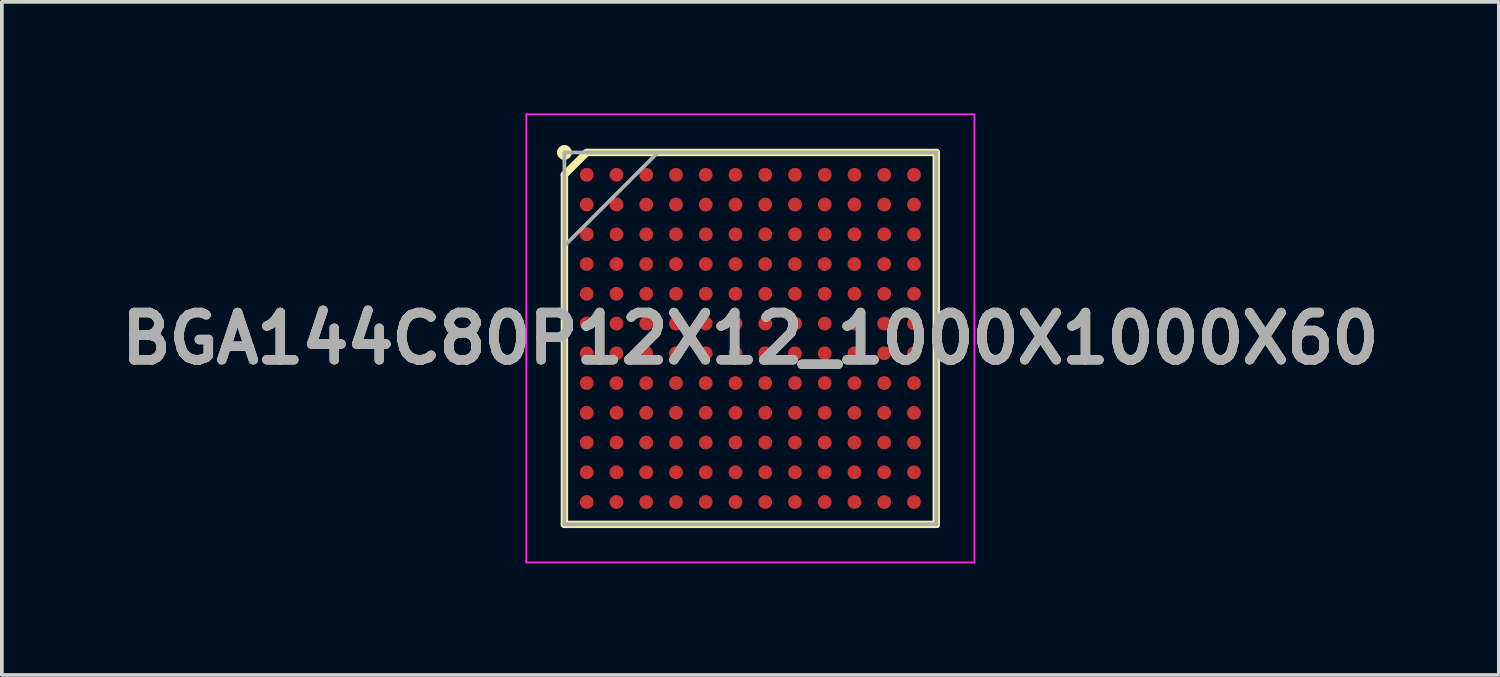
<source format=kicad_pcb>
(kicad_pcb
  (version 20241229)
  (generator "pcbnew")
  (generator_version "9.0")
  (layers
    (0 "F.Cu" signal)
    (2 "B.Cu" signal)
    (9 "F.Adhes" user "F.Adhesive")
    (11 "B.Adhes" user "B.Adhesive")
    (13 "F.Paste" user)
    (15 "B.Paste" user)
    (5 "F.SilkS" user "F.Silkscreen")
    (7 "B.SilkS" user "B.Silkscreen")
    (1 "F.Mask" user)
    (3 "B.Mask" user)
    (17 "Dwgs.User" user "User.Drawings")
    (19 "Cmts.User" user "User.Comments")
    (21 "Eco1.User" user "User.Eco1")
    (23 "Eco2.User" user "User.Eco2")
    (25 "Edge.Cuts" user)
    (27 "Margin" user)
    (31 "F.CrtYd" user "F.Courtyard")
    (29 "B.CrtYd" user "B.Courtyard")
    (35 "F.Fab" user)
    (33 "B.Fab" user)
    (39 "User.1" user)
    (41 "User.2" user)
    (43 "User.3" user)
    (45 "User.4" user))
  (footprint "BGA144C80P12X12_1000X1000X60"
    (layer "F.Cu")
    (at 17.127 6.05)
    (property "Reference" "BGA144C80P12X12_1000X1000X60" (at 0 0 0) (layer "F.SilkS") (effects (font (size 1.27 1.27) (thickness 0.254))))
    (attr smd)
    (fp_line (start -5 -4.4) (end -4.4 -5) (stroke (width 0.2) (type solid)) (layer "F.SilkS"))
    (fp_line (start -5 5) (end -5 -4.4) (stroke (width 0.2) (type solid)) (layer "F.SilkS"))
    (fp_line (start -4.4 -5) (end 5 -5) (stroke (width 0.2) (type solid)) (layer "F.SilkS"))
    (fp_line (start 5 -5) (end 5 5) (stroke (width 0.2) (type solid)) (layer "F.SilkS"))
    (fp_line (start 5 5) (end -5 5) (stroke (width 0.2) (type solid)) (layer "F.SilkS"))
    (fp_circle (center -5 -5) (end -5 -4.9) (stroke (width 0.2) (type solid)) (fill no) (layer "F.SilkS"))
    (fp_line (start -6.025 -6.025) (end 6.025 -6.025) (stroke (width 0.05) (type solid)) (layer "F.CrtYd"))
    (fp_line (start -6.025 6.025) (end -6.025 -6.025) (stroke (width 0.05) (type solid)) (layer "F.CrtYd"))
    (fp_line (start 6.025 -6.025) (end 6.025 6.025) (stroke (width 0.05) (type solid)) (layer "F.CrtYd"))
    (fp_line (start 6.025 6.025) (end -6.025 6.025) (stroke (width 0.05) (type solid)) (layer "F.CrtYd"))
    (fp_line (start -5 -5) (end 5 -5) (stroke (width 0.1) (type solid)) (layer "F.Fab"))
    (fp_line (start -5 -2.488) (end -2.488 -5) (stroke (width 0.1) (type solid)) (layer "F.Fab"))
    (fp_line (start -5 5) (end -5 -5) (stroke (width 0.1) (type solid)) (layer "F.Fab"))
    (fp_line (start 5 -5) (end 5 5) (stroke (width 0.1) (type solid)) (layer "F.Fab"))
    (fp_line (start 5 5) (end -5 5) (stroke (width 0.1) (type solid)) (layer "F.Fab"))
    (fp_text user "${REFERENCE}" (at 0 0 0) (layer "F.Fab") (effects (font (size 1.27 1.27) (thickness 0.254))))
    (pad "A1" smd circle (at -4.4 -4.4 90) (size 0.37 0.37) (layers "F.Cu" "F.Mask" "F.Paste"))
    (pad "A2" smd circle (at -3.6 -4.4 90) (size 0.37 0.37) (layers "F.Cu" "F.Mask" "F.Paste"))
    (pad "A3" smd circle (at -2.8 -4.4 90) (size 0.37 0.37) (layers "F.Cu" "F.Mask" "F.Paste"))
    (pad "A4" smd circle (at -2 -4.4 90) (size 0.37 0.37) (layers "F.Cu" "F.Mask" "F.Paste"))
    (pad "A5" smd circle (at -1.2 -4.4 90) (size 0.37 0.37) (layers "F.Cu" "F.Mask" "F.Paste"))
    (pad "A6" smd circle (at -0.4 -4.4 90) (size 0.37 0.37) (layers "F.Cu" "F.Mask" "F.Paste"))
    (pad "A7" smd circle (at 0.4 -4.4 90) (size 0.37 0.37) (layers "F.Cu" "F.Mask" "F.Paste"))
    (pad "A8" smd circle (at 1.2 -4.4 90) (size 0.37 0.37) (layers "F.Cu" "F.Mask" "F.Paste"))
    (pad "A9" smd circle (at 2 -4.4 90) (size 0.37 0.37) (layers "F.Cu" "F.Mask" "F.Paste"))
    (pad "A10" smd circle (at 2.8 -4.4 90) (size 0.37 0.37) (layers "F.Cu" "F.Mask" "F.Paste"))
    (pad "A11" smd circle (at 3.6 -4.4 90) (size 0.37 0.37) (layers "F.Cu" "F.Mask" "F.Paste"))
    (pad "A12" smd circle (at 4.4 -4.4 90) (size 0.37 0.37) (layers "F.Cu" "F.Mask" "F.Paste"))
    (pad "B1" smd circle (at -4.4 -3.6 90) (size 0.37 0.37) (layers "F.Cu" "F.Mask" "F.Paste"))
    (pad "B2" smd circle (at -3.6 -3.6 90) (size 0.37 0.37) (layers "F.Cu" "F.Mask" "F.Paste"))
    (pad "B3" smd circle (at -2.8 -3.6 90) (size 0.37 0.37) (layers "F.Cu" "F.Mask" "F.Paste"))
    (pad "B4" smd circle (at -2 -3.6 90) (size 0.37 0.37) (layers "F.Cu" "F.Mask" "F.Paste"))
    (pad "B5" smd circle (at -1.2 -3.6 90) (size 0.37 0.37) (layers "F.Cu" "F.Mask" "F.Paste"))
    (pad "B6" smd circle (at -0.4 -3.6 90) (size 0.37 0.37) (layers "F.Cu" "F.Mask" "F.Paste"))
    (pad "B7" smd circle (at 0.4 -3.6 90) (size 0.37 0.37) (layers "F.Cu" "F.Mask" "F.Paste"))
    (pad "B8" smd circle (at 1.2 -3.6 90) (size 0.37 0.37) (layers "F.Cu" "F.Mask" "F.Paste"))
    (pad "B9" smd circle (at 2 -3.6 90) (size 0.37 0.37) (layers "F.Cu" "F.Mask" "F.Paste"))
    (pad "B10" smd circle (at 2.8 -3.6 90) (size 0.37 0.37) (layers "F.Cu" "F.Mask" "F.Paste"))
    (pad "B11" smd circle (at 3.6 -3.6 90) (size 0.37 0.37) (layers "F.Cu" "F.Mask" "F.Paste"))
    (pad "B12" smd circle (at 4.4 -3.6 90) (size 0.37 0.37) (layers "F.Cu" "F.Mask" "F.Paste"))
    (pad "C1" smd circle (at -4.4 -2.8 90) (size 0.37 0.37) (layers "F.Cu" "F.Mask" "F.Paste"))
    (pad "C2" smd circle (at -3.6 -2.8 90) (size 0.37 0.37) (layers "F.Cu" "F.Mask" "F.Paste"))
    (pad "C3" smd circle (at -2.8 -2.8 90) (size 0.37 0.37) (layers "F.Cu" "F.Mask" "F.Paste"))
    (pad "C4" smd circle (at -2 -2.8 90) (size 0.37 0.37) (layers "F.Cu" "F.Mask" "F.Paste"))
    (pad "C5" smd circle (at -1.2 -2.8 90) (size 0.37 0.37) (layers "F.Cu" "F.Mask" "F.Paste"))
    (pad "C6" smd circle (at -0.4 -2.8 90) (size 0.37 0.37) (layers "F.Cu" "F.Mask" "F.Paste"))
    (pad "C7" smd circle (at 0.4 -2.8 90) (size 0.37 0.37) (layers "F.Cu" "F.Mask" "F.Paste"))
    (pad "C8" smd circle (at 1.2 -2.8 90) (size 0.37 0.37) (layers "F.Cu" "F.Mask" "F.Paste"))
    (pad "C9" smd circle (at 2 -2.8 90) (size 0.37 0.37) (layers "F.Cu" "F.Mask" "F.Paste"))
    (pad "C10" smd circle (at 2.8 -2.8 90) (size 0.37 0.37) (layers "F.Cu" "F.Mask" "F.Paste"))
    (pad "C11" smd circle (at 3.6 -2.8 90) (size 0.37 0.37) (layers "F.Cu" "F.Mask" "F.Paste"))
    (pad "C12" smd circle (at 4.4 -2.8 90) (size 0.37 0.37) (layers "F.Cu" "F.Mask" "F.Paste"))
    (pad "D1" smd circle (at -4.4 -2 90) (size 0.37 0.37) (layers "F.Cu" "F.Mask" "F.Paste"))
    (pad "D2" smd circle (at -3.6 -2 90) (size 0.37 0.37) (layers "F.Cu" "F.Mask" "F.Paste"))
    (pad "D3" smd circle (at -2.8 -2 90) (size 0.37 0.37) (layers "F.Cu" "F.Mask" "F.Paste"))
    (pad "D4" smd circle (at -2 -2 90) (size 0.37 0.37) (layers "F.Cu" "F.Mask" "F.Paste"))
    (pad "D5" smd circle (at -1.2 -2 90) (size 0.37 0.37) (layers "F.Cu" "F.Mask" "F.Paste"))
    (pad "D6" smd circle (at -0.4 -2 90) (size 0.37 0.37) (layers "F.Cu" "F.Mask" "F.Paste"))
    (pad "D7" smd circle (at 0.4 -2 90) (size 0.37 0.37) (layers "F.Cu" "F.Mask" "F.Paste"))
    (pad "D8" smd circle (at 1.2 -2 90) (size 0.37 0.37) (layers "F.Cu" "F.Mask" "F.Paste"))
    (pad "D9" smd circle (at 2 -2 90) (size 0.37 0.37) (layers "F.Cu" "F.Mask" "F.Paste"))
    (pad "D10" smd circle (at 2.8 -2 90) (size 0.37 0.37) (layers "F.Cu" "F.Mask" "F.Paste"))
    (pad "D11" smd circle (at 3.6 -2 90) (size 0.37 0.37) (layers "F.Cu" "F.Mask" "F.Paste"))
    (pad "D12" smd circle (at 4.4 -2 90) (size 0.37 0.37) (layers "F.Cu" "F.Mask" "F.Paste"))
    (pad "E1" smd circle (at -4.4 -1.2 90) (size 0.37 0.37) (layers "F.Cu" "F.Mask" "F.Paste"))
    (pad "E2" smd circle (at -3.6 -1.2 90) (size 0.37 0.37) (layers "F.Cu" "F.Mask" "F.Paste"))
    (pad "E3" smd circle (at -2.8 -1.2 90) (size 0.37 0.37) (layers "F.Cu" "F.Mask" "F.Paste"))
    (pad "E4" smd circle (at -2 -1.2 90) (size 0.37 0.37) (layers "F.Cu" "F.Mask" "F.Paste"))
    (pad "E5" smd circle (at -1.2 -1.2 90) (size 0.37 0.37) (layers "F.Cu" "F.Mask" "F.Paste"))
    (pad "E6" smd circle (at -0.4 -1.2 90) (size 0.37 0.37) (layers "F.Cu" "F.Mask" "F.Paste"))
    (pad "E7" smd circle (at 0.4 -1.2 90) (size 0.37 0.37) (layers "F.Cu" "F.Mask" "F.Paste"))
    (pad "E8" smd circle (at 1.2 -1.2 90) (size 0.37 0.37) (layers "F.Cu" "F.Mask" "F.Paste"))
    (pad "E9" smd circle (at 2 -1.2 90) (size 0.37 0.37) (layers "F.Cu" "F.Mask" "F.Paste"))
    (pad "E10" smd circle (at 2.8 -1.2 90) (size 0.37 0.37) (layers "F.Cu" "F.Mask" "F.Paste"))
    (pad "E11" smd circle (at 3.6 -1.2 90) (size 0.37 0.37) (layers "F.Cu" "F.Mask" "F.Paste"))
    (pad "E12" smd circle (at 4.4 -1.2 90) (size 0.37 0.37) (layers "F.Cu" "F.Mask" "F.Paste"))
    (pad "F1" smd circle (at -4.4 -0.4 90) (size 0.37 0.37) (layers "F.Cu" "F.Mask" "F.Paste"))
    (pad "F2" smd circle (at -3.6 -0.4 90) (size 0.37 0.37) (layers "F.Cu" "F.Mask" "F.Paste"))
    (pad "F3" smd circle (at -2.8 -0.4 90) (size 0.37 0.37) (layers "F.Cu" "F.Mask" "F.Paste"))
    (pad "F4" smd circle (at -2 -0.4 90) (size 0.37 0.37) (layers "F.Cu" "F.Mask" "F.Paste"))
    (pad "F5" smd circle (at -1.2 -0.4 90) (size 0.37 0.37) (layers "F.Cu" "F.Mask" "F.Paste"))
    (pad "F6" smd circle (at -0.4 -0.4 90) (size 0.37 0.37) (layers "F.Cu" "F.Mask" "F.Paste"))
    (pad "F7" smd circle (at 0.4 -0.4 90) (size 0.37 0.37) (layers "F.Cu" "F.Mask" "F.Paste"))
    (pad "F8" smd circle (at 1.2 -0.4 90) (size 0.37 0.37) (layers "F.Cu" "F.Mask" "F.Paste"))
    (pad "F9" smd circle (at 2 -0.4 90) (size 0.37 0.37) (layers "F.Cu" "F.Mask" "F.Paste"))
    (pad "F10" smd circle (at 2.8 -0.4 90) (size 0.37 0.37) (layers "F.Cu" "F.Mask" "F.Paste"))
    (pad "F11" smd circle (at 3.6 -0.4 90) (size 0.37 0.37) (layers "F.Cu" "F.Mask" "F.Paste"))
    (pad "F12" smd circle (at 4.4 -0.4 90) (size 0.37 0.37) (layers "F.Cu" "F.Mask" "F.Paste"))
    (pad "G1" smd circle (at -4.4 0.4 90) (size 0.37 0.37) (layers "F.Cu" "F.Mask" "F.Paste"))
    (pad "G2" smd circle (at -3.6 0.4 90) (size 0.37 0.37) (layers "F.Cu" "F.Mask" "F.Paste"))
    (pad "G3" smd circle (at -2.8 0.4 90) (size 0.37 0.37) (layers "F.Cu" "F.Mask" "F.Paste"))
    (pad "G4" smd circle (at -2 0.4 90) (size 0.37 0.37) (layers "F.Cu" "F.Mask" "F.Paste"))
    (pad "G5" smd circle (at -1.2 0.4 90) (size 0.37 0.37) (layers "F.Cu" "F.Mask" "F.Paste"))
    (pad "G6" smd circle (at -0.4 0.4 90) (size 0.37 0.37) (layers "F.Cu" "F.Mask" "F.Paste"))
    (pad "G7" smd circle (at 0.4 0.4 90) (size 0.37 0.37) (layers "F.Cu" "F.Mask" "F.Paste"))
    (pad "G8" smd circle (at 1.2 0.4 90) (size 0.37 0.37) (layers "F.Cu" "F.Mask" "F.Paste"))
    (pad "G9" smd circle (at 2 0.4 90) (size 0.37 0.37) (layers "F.Cu" "F.Mask" "F.Paste"))
    (pad "G10" smd circle (at 2.8 0.4 90) (size 0.37 0.37) (layers "F.Cu" "F.Mask" "F.Paste"))
    (pad "G11" smd circle (at 3.6 0.4 90) (size 0.37 0.37) (layers "F.Cu" "F.Mask" "F.Paste"))
    (pad "G12" smd circle (at 4.4 0.4 90) (size 0.37 0.37) (layers "F.Cu" "F.Mask" "F.Paste"))
    (pad "H1" smd circle (at -4.4 1.2 90) (size 0.37 0.37) (layers "F.Cu" "F.Mask" "F.Paste"))
    (pad "H2" smd circle (at -3.6 1.2 90) (size 0.37 0.37) (layers "F.Cu" "F.Mask" "F.Paste"))
    (pad "H3" smd circle (at -2.8 1.2 90) (size 0.37 0.37) (layers "F.Cu" "F.Mask" "F.Paste"))
    (pad "H4" smd circle (at -2 1.2 90) (size 0.37 0.37) (layers "F.Cu" "F.Mask" "F.Paste"))
    (pad "H5" smd circle (at -1.2 1.2 90) (size 0.37 0.37) (layers "F.Cu" "F.Mask" "F.Paste"))
    (pad "H6" smd circle (at -0.4 1.2 90) (size 0.37 0.37) (layers "F.Cu" "F.Mask" "F.Paste"))
    (pad "H7" smd circle (at 0.4 1.2 90) (size 0.37 0.37) (layers "F.Cu" "F.Mask" "F.Paste"))
    (pad "H8" smd circle (at 1.2 1.2 90) (size 0.37 0.37) (layers "F.Cu" "F.Mask" "F.Paste"))
    (pad "H9" smd circle (at 2 1.2 90) (size 0.37 0.37) (layers "F.Cu" "F.Mask" "F.Paste"))
    (pad "H10" smd circle (at 2.8 1.2 90) (size 0.37 0.37) (layers "F.Cu" "F.Mask" "F.Paste"))
    (pad "H11" smd circle (at 3.6 1.2 90) (size 0.37 0.37) (layers "F.Cu" "F.Mask" "F.Paste"))
    (pad "H12" smd circle (at 4.4 1.2 90) (size 0.37 0.37) (layers "F.Cu" "F.Mask" "F.Paste"))
    (pad "J1" smd circle (at -4.4 2 90) (size 0.37 0.37) (layers "F.Cu" "F.Mask" "F.Paste"))
    (pad "J2" smd circle (at -3.6 2 90) (size 0.37 0.37) (layers "F.Cu" "F.Mask" "F.Paste"))
    (pad "J3" smd circle (at -2.8 2 90) (size 0.37 0.37) (layers "F.Cu" "F.Mask" "F.Paste"))
    (pad "J4" smd circle (at -2 2 90) (size 0.37 0.37) (layers "F.Cu" "F.Mask" "F.Paste"))
    (pad "J5" smd circle (at -1.2 2 90) (size 0.37 0.37) (layers "F.Cu" "F.Mask" "F.Paste"))
    (pad "J6" smd circle (at -0.4 2 90) (size 0.37 0.37) (layers "F.Cu" "F.Mask" "F.Paste"))
    (pad "J7" smd circle (at 0.4 2 90) (size 0.37 0.37) (layers "F.Cu" "F.Mask" "F.Paste"))
    (pad "J8" smd circle (at 1.2 2 90) (size 0.37 0.37) (layers "F.Cu" "F.Mask" "F.Paste"))
    (pad "J9" smd circle (at 2 2 90) (size 0.37 0.37) (layers "F.Cu" "F.Mask" "F.Paste"))
    (pad "J10" smd circle (at 2.8 2 90) (size 0.37 0.37) (layers "F.Cu" "F.Mask" "F.Paste"))
    (pad "J11" smd circle (at 3.6 2 90) (size 0.37 0.37) (layers "F.Cu" "F.Mask" "F.Paste"))
    (pad "J12" smd circle (at 4.4 2 90) (size 0.37 0.37) (layers "F.Cu" "F.Mask" "F.Paste"))
    (pad "K1" smd circle (at -4.4 2.8 90) (size 0.37 0.37) (layers "F.Cu" "F.Mask" "F.Paste"))
    (pad "K2" smd circle (at -3.6 2.8 90) (size 0.37 0.37) (layers "F.Cu" "F.Mask" "F.Paste"))
    (pad "K3" smd circle (at -2.8 2.8 90) (size 0.37 0.37) (layers "F.Cu" "F.Mask" "F.Paste"))
    (pad "K4" smd circle (at -2 2.8 90) (size 0.37 0.37) (layers "F.Cu" "F.Mask" "F.Paste"))
    (pad "K5" smd circle (at -1.2 2.8 90) (size 0.37 0.37) (layers "F.Cu" "F.Mask" "F.Paste"))
    (pad "K6" smd circle (at -0.4 2.8 90) (size 0.37 0.37) (layers "F.Cu" "F.Mask" "F.Paste"))
    (pad "K7" smd circle (at 0.4 2.8 90) (size 0.37 0.37) (layers "F.Cu" "F.Mask" "F.Paste"))
    (pad "K8" smd circle (at 1.2 2.8 90) (size 0.37 0.37) (layers "F.Cu" "F.Mask" "F.Paste"))
    (pad "K9" smd circle (at 2 2.8 90) (size 0.37 0.37) (layers "F.Cu" "F.Mask" "F.Paste"))
    (pad "K10" smd circle (at 2.8 2.8 90) (size 0.37 0.37) (layers "F.Cu" "F.Mask" "F.Paste"))
    (pad "K11" smd circle (at 3.6 2.8 90) (size 0.37 0.37) (layers "F.Cu" "F.Mask" "F.Paste"))
    (pad "K12" smd circle (at 4.4 2.8 90) (size 0.37 0.37) (layers "F.Cu" "F.Mask" "F.Paste"))
    (pad "L1" smd circle (at -4.4 3.6 90) (size 0.37 0.37) (layers "F.Cu" "F.Mask" "F.Paste"))
    (pad "L2" smd circle (at -3.6 3.6 90) (size 0.37 0.37) (layers "F.Cu" "F.Mask" "F.Paste"))
    (pad "L3" smd circle (at -2.8 3.6 90) (size 0.37 0.37) (layers "F.Cu" "F.Mask" "F.Paste"))
    (pad "L4" smd circle (at -2 3.6 90) (size 0.37 0.37) (layers "F.Cu" "F.Mask" "F.Paste"))
    (pad "L5" smd circle (at -1.2 3.6 90) (size 0.37 0.37) (layers "F.Cu" "F.Mask" "F.Paste"))
    (pad "L6" smd circle (at -0.4 3.6 90) (size 0.37 0.37) (layers "F.Cu" "F.Mask" "F.Paste"))
    (pad "L7" smd circle (at 0.4 3.6 90) (size 0.37 0.37) (layers "F.Cu" "F.Mask" "F.Paste"))
    (pad "L8" smd circle (at 1.2 3.6 90) (size 0.37 0.37) (layers "F.Cu" "F.Mask" "F.Paste"))
    (pad "L9" smd circle (at 2 3.6 90) (size 0.37 0.37) (layers "F.Cu" "F.Mask" "F.Paste"))
    (pad "L10" smd circle (at 2.8 3.6 90) (size 0.37 0.37) (layers "F.Cu" "F.Mask" "F.Paste"))
    (pad "L11" smd circle (at 3.6 3.6 90) (size 0.37 0.37) (layers "F.Cu" "F.Mask" "F.Paste"))
    (pad "L12" smd circle (at 4.4 3.6 90) (size 0.37 0.37) (layers "F.Cu" "F.Mask" "F.Paste"))
    (pad "M1" smd circle (at -4.4 4.4 90) (size 0.37 0.37) (layers "F.Cu" "F.Mask" "F.Paste"))
    (pad "M2" smd circle (at -3.6 4.4 90) (size 0.37 0.37) (layers "F.Cu" "F.Mask" "F.Paste"))
    (pad "M3" smd circle (at -2.8 4.4 90) (size 0.37 0.37) (layers "F.Cu" "F.Mask" "F.Paste"))
    (pad "M4" smd circle (at -2 4.4 90) (size 0.37 0.37) (layers "F.Cu" "F.Mask" "F.Paste"))
    (pad "M5" smd circle (at -1.2 4.4 90) (size 0.37 0.37) (layers "F.Cu" "F.Mask" "F.Paste"))
    (pad "M6" smd circle (at -0.4 4.4 90) (size 0.37 0.37) (layers "F.Cu" "F.Mask" "F.Paste"))
    (pad "M7" smd circle (at 0.4 4.4 90) (size 0.37 0.37) (layers "F.Cu" "F.Mask" "F.Paste"))
    (pad "M8" smd circle (at 1.2 4.4 90) (size 0.37 0.37) (layers "F.Cu" "F.Mask" "F.Paste"))
    (pad "M9" smd circle (at 2 4.4 90) (size 0.37 0.37) (layers "F.Cu" "F.Mask" "F.Paste"))
    (pad "M10" smd circle (at 2.8 4.4 90) (size 0.37 0.37) (layers "F.Cu" "F.Mask" "F.Paste"))
    (pad "M11" smd circle (at 3.6 4.4 90) (size 0.37 0.37) (layers "F.Cu" "F.Mask" "F.Paste"))
    (pad "M12" smd circle (at 4.4 4.4 90) (size 0.37 0.37) (layers "F.Cu" "F.Mask" "F.Paste")))
  (gr_rect
    (start -3 -3)
    (end 37.254 15.1)
    (stroke (width 0.1) (type default))
    (fill no)
    (layer "Edge.Cuts")))
</source>
